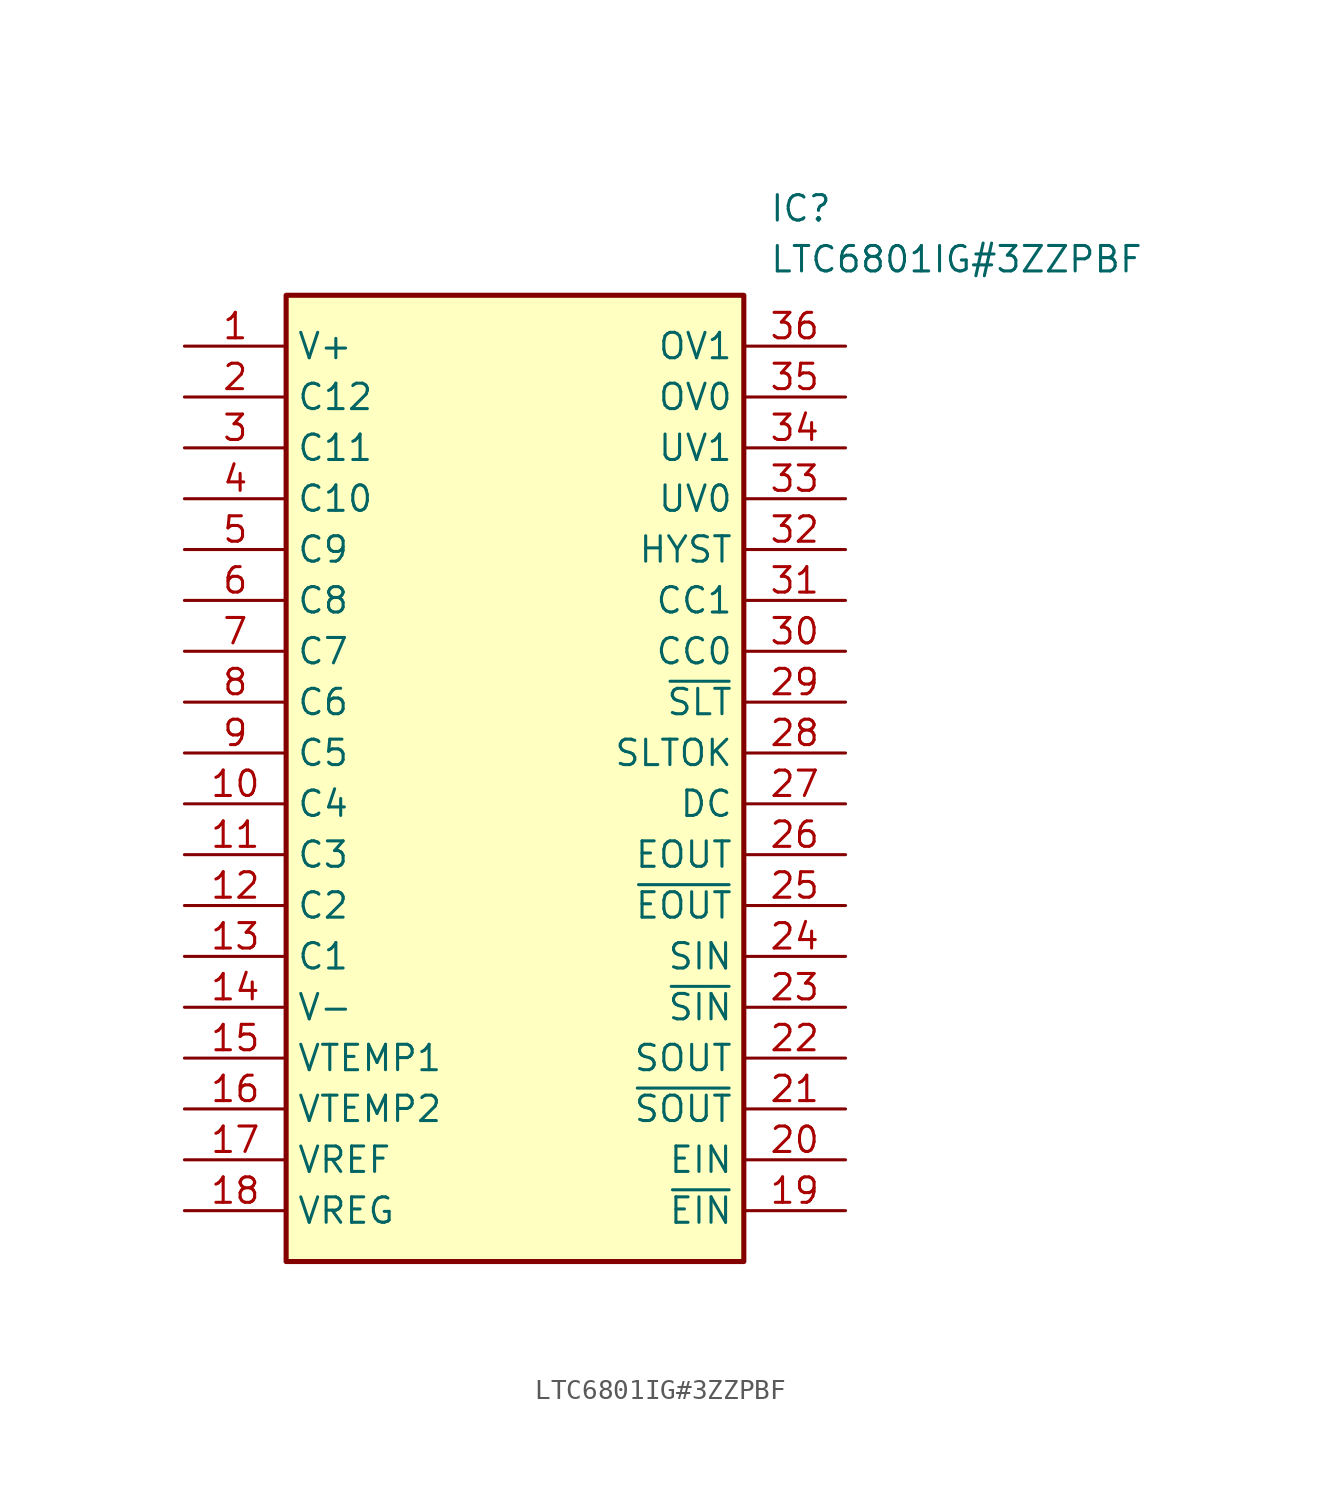
<source format=kicad_sym>
(kicad_symbol_lib
  (version 20211014)
  (generator SamacSys_ECAD_Model)
  (symbol "LTC6801IG#3ZZPBF"
    (property "Reference" "IC"
      (at 29.21 7.62 0)
      (effects (font (size 1.27 1.27)) (justify left top)))
    (property "Value" "LTC6801IG#3ZZPBF"
      (at 29.21 5.08 0)
      (effects (font (size 1.27 1.27)) (justify left top)))
    (rectangle
      (start 5.08 2.54)
      (end 27.94 -45.72)
      (stroke (width 0.254) (type default))
      (fill (type background)))
    (pin passive line
      (at 0 0 0)
      (length 5.08)
      (name "V+" (effects (font (size 1.27 1.27))))
      (number "1" (effects (font (size 1.27 1.27)))))
    (pin passive line
      (at 0 -2.54 0)
      (length 5.08)
      (name "C12" (effects (font (size 1.27 1.27))))
      (number "2" (effects (font (size 1.27 1.27)))))
    (pin passive line
      (at 0 -5.08 0)
      (length 5.08)
      (name "C11" (effects (font (size 1.27 1.27))))
      (number "3" (effects (font (size 1.27 1.27)))))
    (pin passive line
      (at 0 -7.62 0)
      (length 5.08)
      (name "C10" (effects (font (size 1.27 1.27))))
      (number "4" (effects (font (size 1.27 1.27)))))
    (pin passive line
      (at 0 -10.16 0)
      (length 5.08)
      (name "C9" (effects (font (size 1.27 1.27))))
      (number "5" (effects (font (size 1.27 1.27)))))
    (pin passive line
      (at 0 -12.7 0)
      (length 5.08)
      (name "C8" (effects (font (size 1.27 1.27))))
      (number "6" (effects (font (size 1.27 1.27)))))
    (pin passive line
      (at 0 -15.24 0)
      (length 5.08)
      (name "C7" (effects (font (size 1.27 1.27))))
      (number "7" (effects (font (size 1.27 1.27)))))
    (pin passive line
      (at 0 -17.78 0)
      (length 5.08)
      (name "C6" (effects (font (size 1.27 1.27))))
      (number "8" (effects (font (size 1.27 1.27)))))
    (pin passive line
      (at 0 -20.32 0)
      (length 5.08)
      (name "C5" (effects (font (size 1.27 1.27))))
      (number "9" (effects (font (size 1.27 1.27)))))
    (pin passive line
      (at 0 -22.86 0)
      (length 5.08)
      (name "C4" (effects (font (size 1.27 1.27))))
      (number "10" (effects (font (size 1.27 1.27)))))
    (pin passive line
      (at 0 -25.4 0)
      (length 5.08)
      (name "C3" (effects (font (size 1.27 1.27))))
      (number "11" (effects (font (size 1.27 1.27)))))
    (pin passive line
      (at 0 -27.94 0)
      (length 5.08)
      (name "C2" (effects (font (size 1.27 1.27))))
      (number "12" (effects (font (size 1.27 1.27)))))
    (pin passive line
      (at 0 -30.48 0)
      (length 5.08)
      (name "C1" (effects (font (size 1.27 1.27))))
      (number "13" (effects (font (size 1.27 1.27)))))
    (pin passive line
      (at 0 -33.02 0)
      (length 5.08)
      (name "V-" (effects (font (size 1.27 1.27))))
      (number "14" (effects (font (size 1.27 1.27)))))
    (pin passive line
      (at 0 -35.56 0)
      (length 5.08)
      (name "VTEMP1" (effects (font (size 1.27 1.27))))
      (number "15" (effects (font (size 1.27 1.27)))))
    (pin passive line
      (at 0 -38.1 0)
      (length 5.08)
      (name "VTEMP2" (effects (font (size 1.27 1.27))))
      (number "16" (effects (font (size 1.27 1.27)))))
    (pin passive line
      (at 0 -40.64 0)
      (length 5.08)
      (name "VREF" (effects (font (size 1.27 1.27))))
      (number "17" (effects (font (size 1.27 1.27)))))
    (pin passive line
      (at 0 -43.18 0)
      (length 5.08)
      (name "VREG" (effects (font (size 1.27 1.27))))
      (number "18" (effects (font (size 1.27 1.27)))))
    (pin passive line
      (at 33.02 0 180)
      (length 5.08)
      (name "OV1" (effects (font (size 1.27 1.27))))
      (number "36" (effects (font (size 1.27 1.27)))))
    (pin passive line
      (at 33.02 -2.54 180)
      (length 5.08)
      (name "OV0" (effects (font (size 1.27 1.27))))
      (number "35" (effects (font (size 1.27 1.27)))))
    (pin passive line
      (at 33.02 -5.08 180)
      (length 5.08)
      (name "UV1" (effects (font (size 1.27 1.27))))
      (number "34" (effects (font (size 1.27 1.27)))))
    (pin passive line
      (at 33.02 -7.62 180)
      (length 5.08)
      (name "UV0" (effects (font (size 1.27 1.27))))
      (number "33" (effects (font (size 1.27 1.27)))))
    (pin passive line
      (at 33.02 -10.16 180)
      (length 5.08)
      (name "HYST" (effects (font (size 1.27 1.27))))
      (number "32" (effects (font (size 1.27 1.27)))))
    (pin passive line
      (at 33.02 -12.7 180)
      (length 5.08)
      (name "CC1" (effects (font (size 1.27 1.27))))
      (number "31" (effects (font (size 1.27 1.27)))))
    (pin passive line
      (at 33.02 -15.24 180)
      (length 5.08)
      (name "CC0" (effects (font (size 1.27 1.27))))
      (number "30" (effects (font (size 1.27 1.27)))))
    (pin passive line
      (at 33.02 -17.78 180)
      (length 5.08)
      (name "~{SLT}" (effects (font (size 1.27 1.27))))
      (number "29" (effects (font (size 1.27 1.27)))))
    (pin passive line
      (at 33.02 -20.32 180)
      (length 5.08)
      (name "SLTOK" (effects (font (size 1.27 1.27))))
      (number "28" (effects (font (size 1.27 1.27)))))
    (pin passive line
      (at 33.02 -22.86 180)
      (length 5.08)
      (name "DC" (effects (font (size 1.27 1.27))))
      (number "27" (effects (font (size 1.27 1.27)))))
    (pin passive line
      (at 33.02 -25.4 180)
      (length 5.08)
      (name "EOUT" (effects (font (size 1.27 1.27))))
      (number "26" (effects (font (size 1.27 1.27)))))
    (pin passive line
      (at 33.02 -27.94 180)
      (length 5.08)
      (name "~{EOUT}" (effects (font (size 1.27 1.27))))
      (number "25" (effects (font (size 1.27 1.27)))))
    (pin passive line
      (at 33.02 -30.48 180)
      (length 5.08)
      (name "SIN" (effects (font (size 1.27 1.27))))
      (number "24" (effects (font (size 1.27 1.27)))))
    (pin passive line
      (at 33.02 -33.02 180)
      (length 5.08)
      (name "~{SIN}" (effects (font (size 1.27 1.27))))
      (number "23" (effects (font (size 1.27 1.27)))))
    (pin passive line
      (at 33.02 -35.56 180)
      (length 5.08)
      (name "SOUT" (effects (font (size 1.27 1.27))))
      (number "22" (effects (font (size 1.27 1.27)))))
    (pin passive line
      (at 33.02 -38.1 180)
      (length 5.08)
      (name "~{SOUT}" (effects (font (size 1.27 1.27))))
      (number "21" (effects (font (size 1.27 1.27)))))
    (pin passive line
      (at 33.02 -40.64 180)
      (length 5.08)
      (name "EIN" (effects (font (size 1.27 1.27))))
      (number "20" (effects (font (size 1.27 1.27)))))
    (pin passive line
      (at 33.02 -43.18 180)
      (length 5.08)
      (name "~{EIN}" (effects (font (size 1.27 1.27))))
      (number "19" (effects (font (size 1.27 1.27)))))))
</source>
